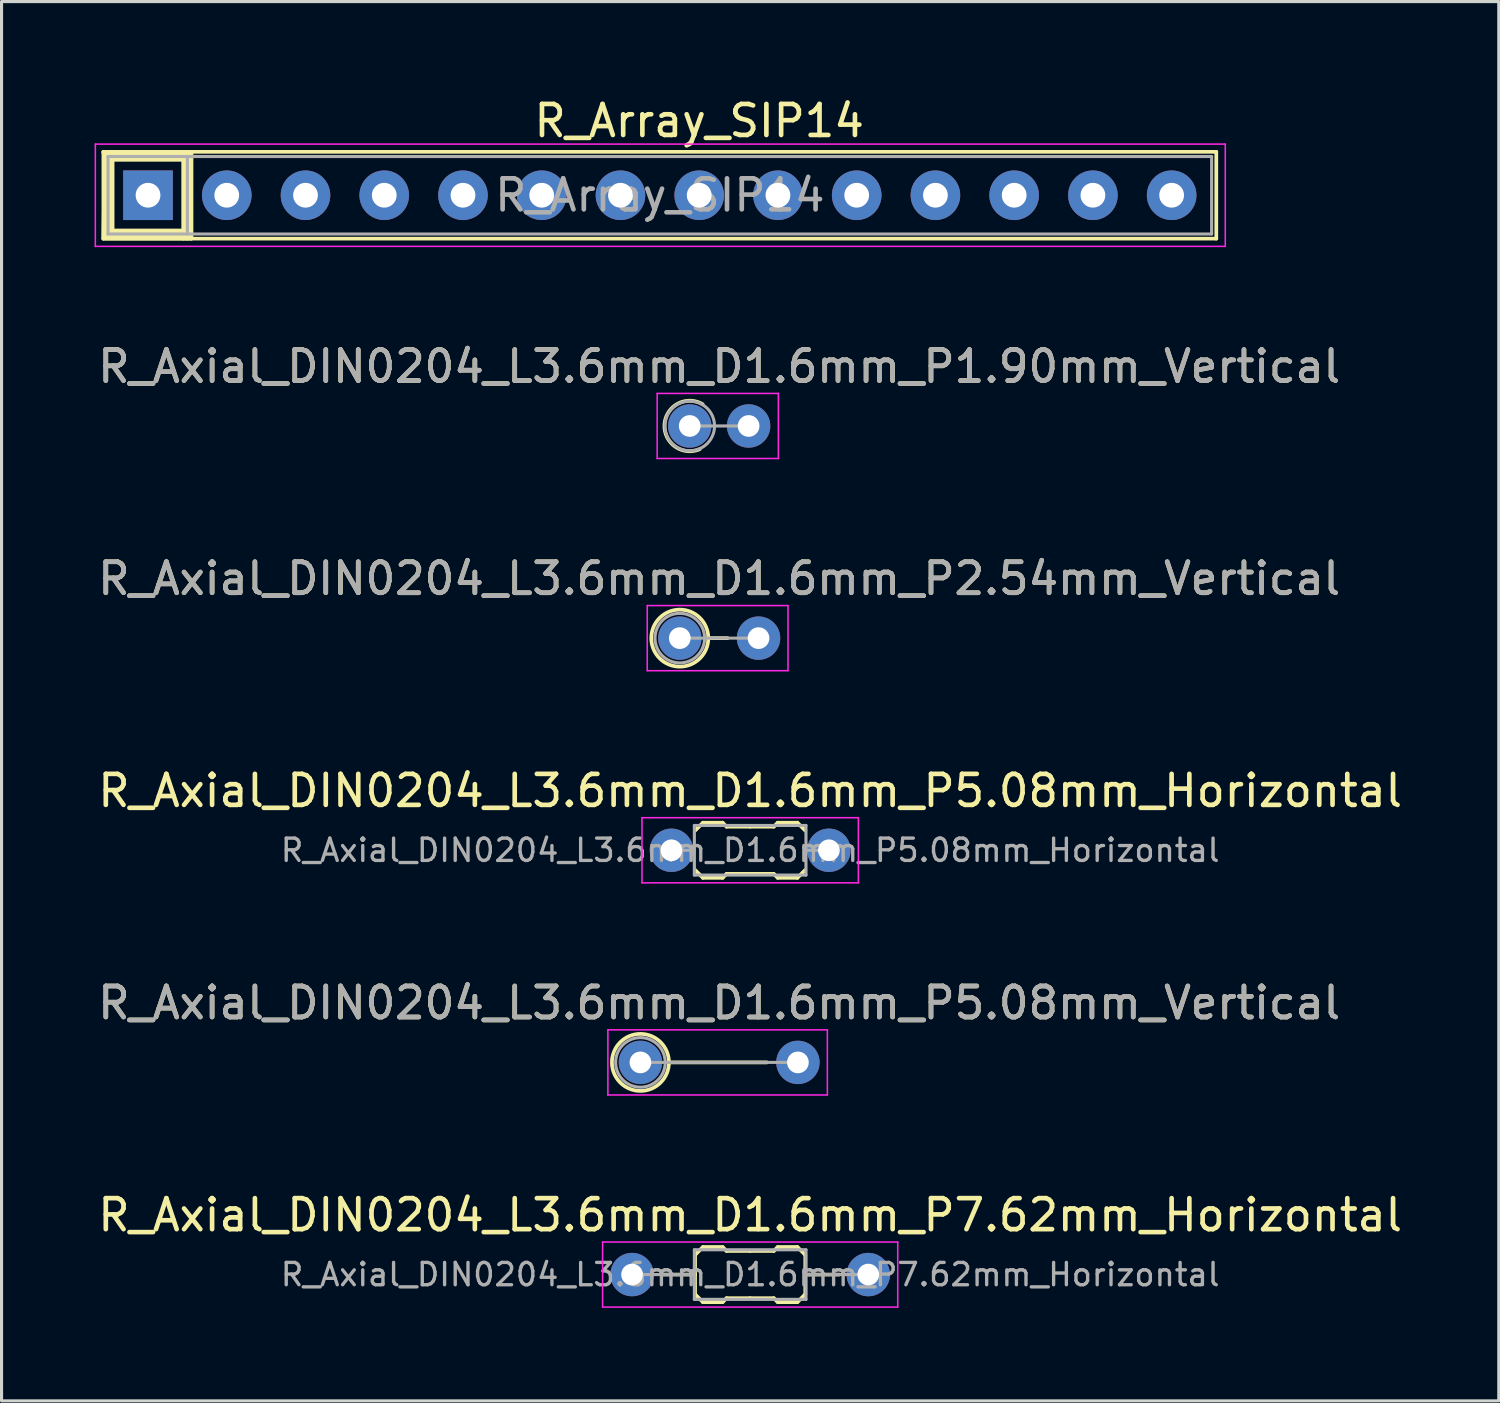
<source format=kicad_pcb>
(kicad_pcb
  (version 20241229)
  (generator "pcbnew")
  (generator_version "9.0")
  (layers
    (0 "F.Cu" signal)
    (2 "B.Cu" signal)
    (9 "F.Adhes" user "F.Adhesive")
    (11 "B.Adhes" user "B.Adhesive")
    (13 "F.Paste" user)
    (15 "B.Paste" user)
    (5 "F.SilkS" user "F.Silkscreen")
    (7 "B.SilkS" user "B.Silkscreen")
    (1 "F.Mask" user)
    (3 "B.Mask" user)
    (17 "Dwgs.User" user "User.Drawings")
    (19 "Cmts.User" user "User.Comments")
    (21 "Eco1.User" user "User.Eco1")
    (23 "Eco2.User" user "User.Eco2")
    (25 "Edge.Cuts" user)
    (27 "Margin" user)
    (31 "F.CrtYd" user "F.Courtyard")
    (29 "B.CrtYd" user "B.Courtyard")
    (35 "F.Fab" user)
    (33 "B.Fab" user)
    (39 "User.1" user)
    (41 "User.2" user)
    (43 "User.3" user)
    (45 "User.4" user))
  (footprint "R_Axial_DIN0204_L3.6mm_D1.6mm_P2.54mm_Vertical"
    (layer "F.Cu")
    (at 18.879 17.535)
    (property "Reference" "R_Axial_DIN0204_L3.6mm_D1.6mm_P2.54mm_Vertical" (at 1.27 -1.92 0) (layer "F.SilkS") (effects (font (size 1 1) (thickness 0.15))))
    (attr through_hole)
    (fp_line (start 0.92 0) (end 1.54 0) (stroke (width 0.12) (type solid)) (layer "F.SilkS"))
    (fp_circle (center 0 0) (end 0.92 0) (stroke (width 0.12) (type solid)) (fill no) (layer "F.SilkS"))
    (fp_line (start -1.05 -1.05) (end -1.05 1.05) (stroke (width 0.05) (type solid)) (layer "F.CrtYd"))
    (fp_line (start -1.05 1.05) (end 3.49 1.05) (stroke (width 0.05) (type solid)) (layer "F.CrtYd"))
    (fp_line (start 3.49 -1.05) (end -1.05 -1.05) (stroke (width 0.05) (type solid)) (layer "F.CrtYd"))
    (fp_line (start 3.49 1.05) (end 3.49 -1.05) (stroke (width 0.05) (type solid)) (layer "F.CrtYd"))
    (fp_line (start 0 0) (end 2.54 0) (stroke (width 0.1) (type solid)) (layer "F.Fab"))
    (fp_circle (center 0 0) (end 0.8 0) (stroke (width 0.1) (type solid)) (fill no) (layer "F.Fab"))
    (fp_text user "${REFERENCE}" (at 1.27 -1.92 0) (layer "F.Fab") (effects (font (size 1 1) (thickness 0.15))))
    (pad "1" thru_hole circle (at 0 0) (size 1.4 1.4) (drill 0.7) (layers "*.Cu" "*.Mask"))
    (pad "2" thru_hole oval (at 2.54 0) (size 1.4 1.4) (drill 0.7) (layers "*.Cu" "*.Mask")))
  (footprint "R_Array_SIP14"
    (layer "F.Cu")
    (at 1.725 3.248)
    (property "Reference" "R_Array_SIP14" (at 17.78 -2.4 0) (layer "F.SilkS") (effects (font (size 1 1) (thickness 0.15))))
    (attr through_hole)
    (fp_line (start -1.44 -1.4) (end -1.44 1.4) (stroke (width 0.12) (type solid)) (layer "F.SilkS"))
    (fp_line (start -1.44 1.4) (end 34.46 1.4) (stroke (width 0.12) (type solid)) (layer "F.SilkS"))
    (fp_line (start 1.143 -1.143) (end 1.143 1.143) (stroke (width 0.12) (type solid)) (layer "F.SilkS"))
    (fp_line (start 1.143 1.143) (end -1.143 1.143) (stroke (width 0.12) (type solid)) (layer "F.SilkS"))
    (fp_line (start 1.27 -1.4) (end 1.27 1.4) (stroke (width 0.12) (type solid)) (layer "F.SilkS"))
    (fp_line (start 1.397 -1.4) (end 1.397 1.4) (stroke (width 0.12) (type solid)) (layer "F.SilkS"))
    (fp_line (start 34.46 -1.4) (end -1.44 -1.4) (stroke (width 0.12) (type solid)) (layer "F.SilkS"))
    (fp_line (start 34.46 1.4) (end 34.46 -1.4) (stroke (width 0.12) (type solid)) (layer "F.SilkS"))
    (fp_poly (pts (xy -1.143 1.143) (xy 1.143 1.143) (xy 1.143 1.4) (xy -1.44 1.4) (xy -1.397 -1.143) (xy -1.143 -1.143)) (stroke (width 0.12) (type solid)) (fill yes) (layer "F.SilkS"))
    (fp_poly (pts (xy 1.397 1.4) (xy 1.143 1.4) (xy 1.143 -1.143) (xy -1.397 -1.143) (xy -1.44 -1.4) (xy 1.397 -1.4)) (stroke (width 0.12) (type solid)) (fill yes) (layer "F.SilkS"))
    (fp_line (start -1.7 -1.65) (end -1.7 1.65) (stroke (width 0.05) (type solid)) (layer "F.CrtYd"))
    (fp_line (start -1.7 1.65) (end 34.75 1.65) (stroke (width 0.05) (type solid)) (layer "F.CrtYd"))
    (fp_line (start 34.75 -1.65) (end -1.7 -1.65) (stroke (width 0.05) (type solid)) (layer "F.CrtYd"))
    (fp_line (start 34.75 1.65) (end 34.75 -1.65) (stroke (width 0.05) (type solid)) (layer "F.CrtYd"))
    (fp_line (start -1.29 -1.25) (end -1.29 1.25) (stroke (width 0.1) (type solid)) (layer "F.Fab"))
    (fp_line (start -1.29 1.25) (end 34.31 1.25) (stroke (width 0.1) (type solid)) (layer "F.Fab"))
    (fp_line (start 1.27 -1.25) (end 1.27 1.25) (stroke (width 0.1) (type solid)) (layer "F.Fab"))
    (fp_line (start 34.31 -1.25) (end -1.29 -1.25) (stroke (width 0.1) (type solid)) (layer "F.Fab"))
    (fp_line (start 34.31 1.25) (end 34.31 -1.25) (stroke (width 0.1) (type solid)) (layer "F.Fab"))
    (fp_text user "${REFERENCE}" (at 16.51 0 0) (layer "F.Fab") (effects (font (size 1 1) (thickness 0.15))))
    (pad "1" thru_hole rect (at 0 0) (size 1.6 1.6) (drill 0.8) (layers "*.Cu" "*.Mask"))
    (pad "2" thru_hole oval (at 2.54 0) (size 1.6 1.6) (drill 0.8) (layers "*.Cu" "*.Mask"))
    (pad "3" thru_hole oval (at 5.08 0) (size 1.6 1.6) (drill 0.8) (layers "*.Cu" "*.Mask"))
    (pad "4" thru_hole oval (at 7.62 0) (size 1.6 1.6) (drill 0.8) (layers "*.Cu" "*.Mask"))
    (pad "5" thru_hole oval (at 10.16 0) (size 1.6 1.6) (drill 0.8) (layers "*.Cu" "*.Mask"))
    (pad "6" thru_hole oval (at 12.7 0) (size 1.6 1.6) (drill 0.8) (layers "*.Cu" "*.Mask"))
    (pad "7" thru_hole oval (at 15.24 0) (size 1.6 1.6) (drill 0.8) (layers "*.Cu" "*.Mask"))
    (pad "8" thru_hole oval (at 17.78 0) (size 1.6 1.6) (drill 0.8) (layers "*.Cu" "*.Mask"))
    (pad "9" thru_hole oval (at 20.32 0) (size 1.6 1.6) (drill 0.8) (layers "*.Cu" "*.Mask"))
    (pad "10" thru_hole oval (at 22.86 0) (size 1.6 1.6) (drill 0.8) (layers "*.Cu" "*.Mask"))
    (pad "11" thru_hole oval (at 25.4 0) (size 1.6 1.6) (drill 0.8) (layers "*.Cu" "*.Mask"))
    (pad "12" thru_hole oval (at 27.94 0) (size 1.6 1.6) (drill 0.8) (layers "*.Cu" "*.Mask"))
    (pad "13" thru_hole oval (at 30.48 0) (size 1.6 1.6) (drill 0.8) (layers "*.Cu" "*.Mask"))
    (pad "14" thru_hole oval (at 33.02 0) (size 1.6 1.6) (drill 0.8) (layers "*.Cu" "*.Mask")))
  (footprint "R_Axial_DIN0204_L3.6mm_D1.6mm_P5.08mm_Vertical"
    (layer "F.Cu")
    (at 17.609 31.221)
    (property "Reference" "R_Axial_DIN0204_L3.6mm_D1.6mm_P5.08mm_Vertical" (at 2.54 -1.92 0) (layer "F.SilkS") (effects (font (size 1 1) (thickness 0.15))))
    (attr through_hole)
    (fp_line (start 0.92 0) (end 4.08 0) (stroke (width 0.12) (type solid)) (layer "F.SilkS"))
    (fp_circle (center 0 0) (end 0.92 0) (stroke (width 0.12) (type solid)) (fill no) (layer "F.SilkS"))
    (fp_line (start -1.05 -1.05) (end -1.05 1.05) (stroke (width 0.05) (type solid)) (layer "F.CrtYd"))
    (fp_line (start -1.05 1.05) (end 6.03 1.05) (stroke (width 0.05) (type solid)) (layer "F.CrtYd"))
    (fp_line (start 6.03 -1.05) (end -1.05 -1.05) (stroke (width 0.05) (type solid)) (layer "F.CrtYd"))
    (fp_line (start 6.03 1.05) (end 6.03 -1.05) (stroke (width 0.05) (type solid)) (layer "F.CrtYd"))
    (fp_line (start 0 0) (end 5.08 0) (stroke (width 0.1) (type solid)) (layer "F.Fab"))
    (fp_circle (center 0 0) (end 0.8 0) (stroke (width 0.1) (type solid)) (fill no) (layer "F.Fab"))
    (fp_text user "${REFERENCE}" (at 2.54 -1.92 0) (layer "F.Fab") (effects (font (size 1 1) (thickness 0.15))))
    (pad "1" thru_hole circle (at 0 0) (size 1.4 1.4) (drill 0.7) (layers "*.Cu" "*.Mask"))
    (pad "2" thru_hole oval (at 5.08 0) (size 1.4 1.4) (drill 0.7) (layers "*.Cu" "*.Mask")))
  (footprint "R_Axial_DIN0204_L3.6mm_D1.6mm_P7.62mm_Horizontal"
    (layer "F.Cu")
    (at 17.339 38.065)
    (property "Reference" "R_Axial_DIN0204_L3.6mm_D1.6mm_P7.62mm_Horizontal" (at 3.81 -1.92 0) (layer "F.SilkS") (effects (font (size 1 1) (thickness 0.15))))
    (attr through_hole)
    (fp_line (start 0.94 0) (end 1.89 0) (stroke (width 0.12) (type solid)) (layer "F.SilkS"))
    (fp_line (start 1.89 0) (end 2.032 0) (stroke (width 0.12) (type solid)) (layer "F.SilkS"))
    (fp_line (start 2.032 -0.635) (end 2.286 -0.889) (stroke (width 0.12) (type solid)) (layer "F.SilkS"))
    (fp_line (start 2.032 0.635) (end 2.032 -0.635) (stroke (width 0.12) (type solid)) (layer "F.SilkS"))
    (fp_line (start 2.032 0.635) (end 2.286 0.889) (stroke (width 0.12) (type solid)) (layer "F.SilkS"))
    (fp_line (start 2.286 -0.889) (end 2.921 -0.889) (stroke (width 0.12) (type solid)) (layer "F.SilkS"))
    (fp_line (start 2.286 0.889) (end 2.921 0.889) (stroke (width 0.12) (type solid)) (layer "F.SilkS"))
    (fp_line (start 2.921 -0.889) (end 3.048 -0.762) (stroke (width 0.12) (type solid)) (layer "F.SilkS"))
    (fp_line (start 2.921 0.889) (end 3.048 0.762) (stroke (width 0.12) (type solid)) (layer "F.SilkS"))
    (fp_line (start 3.048 -0.762) (end 3.81 -0.762) (stroke (width 0.12) (type solid)) (layer "F.SilkS"))
    (fp_line (start 3.048 0.762) (end 3.81 0.762) (stroke (width 0.12) (type solid)) (layer "F.SilkS"))
    (fp_line (start 4.572 -0.762) (end 3.81 -0.762) (stroke (width 0.12) (type solid)) (layer "F.SilkS"))
    (fp_line (start 4.572 0.762) (end 3.81 0.762) (stroke (width 0.12) (type solid)) (layer "F.SilkS"))
    (fp_line (start 4.699 -0.889) (end 4.572 -0.762) (stroke (width 0.12) (type solid)) (layer "F.SilkS"))
    (fp_line (start 4.699 0.889) (end 4.572 0.762) (stroke (width 0.12) (type solid)) (layer "F.SilkS"))
    (fp_line (start 5.334 -0.889) (end 4.699 -0.889) (stroke (width 0.12) (type solid)) (layer "F.SilkS"))
    (fp_line (start 5.334 0.889) (end 4.699 0.889) (stroke (width 0.12) (type solid)) (layer "F.SilkS"))
    (fp_line (start 5.588 -0.635) (end 5.334 -0.889) (stroke (width 0.12) (type solid)) (layer "F.SilkS"))
    (fp_line (start 5.588 -0.635) (end 5.588 0.635) (stroke (width 0.12) (type solid)) (layer "F.SilkS"))
    (fp_line (start 5.588 0.635) (end 5.334 0.889) (stroke (width 0.12) (type solid)) (layer "F.SilkS"))
    (fp_line (start 5.715 0) (end 5.588 0) (stroke (width 0.12) (type solid)) (layer "F.SilkS"))
    (fp_line (start 6.68 0) (end 5.73 0) (stroke (width 0.12) (type solid)) (layer "F.SilkS"))
    (fp_line (start -0.95 -1.05) (end -0.95 1.05) (stroke (width 0.05) (type solid)) (layer "F.CrtYd"))
    (fp_line (start -0.95 1.05) (end 8.57 1.05) (stroke (width 0.05) (type solid)) (layer "F.CrtYd"))
    (fp_line (start 8.57 -1.05) (end -0.95 -1.05) (stroke (width 0.05) (type solid)) (layer "F.CrtYd"))
    (fp_line (start 8.57 1.05) (end 8.57 -1.05) (stroke (width 0.05) (type solid)) (layer "F.CrtYd"))
    (fp_line (start 0 0) (end 2.01 0) (stroke (width 0.1) (type solid)) (layer "F.Fab"))
    (fp_line (start 2.01 -0.8) (end 2.01 0.8) (stroke (width 0.1) (type solid)) (layer "F.Fab"))
    (fp_line (start 2.01 0.8) (end 5.61 0.8) (stroke (width 0.1) (type solid)) (layer "F.Fab"))
    (fp_line (start 5.61 -0.8) (end 2.01 -0.8) (stroke (width 0.1) (type solid)) (layer "F.Fab"))
    (fp_line (start 5.61 0.8) (end 5.61 -0.8) (stroke (width 0.1) (type solid)) (layer "F.Fab"))
    (fp_line (start 7.62 0) (end 5.61 0) (stroke (width 0.1) (type solid)) (layer "F.Fab"))
    (fp_text user "${REFERENCE}" (at 3.81 0 0) (layer "F.Fab") (effects (font (size 0.72 0.72) (thickness 0.108))))
    (pad "1" thru_hole circle (at 0 0) (size 1.4 1.4) (drill 0.7) (layers "*.Cu" "*.Mask"))
    (pad "2" thru_hole oval (at 7.62 0) (size 1.4 1.4) (drill 0.7) (layers "*.Cu" "*.Mask")))
  (footprint "R_Axial_DIN0204_L3.6mm_D1.6mm_P5.08mm_Horizontal"
    (layer "F.Cu")
    (at 18.609 24.378)
    (property "Reference" "R_Axial_DIN0204_L3.6mm_D1.6mm_P5.08mm_Horizontal" (at 2.54 -1.92 0) (layer "F.SilkS") (effects (font (size 1 1) (thickness 0.15))))
    (attr through_hole)
    (fp_line (start 0.762 -0.635) (end 1.016 -0.889) (stroke (width 0.12) (type solid)) (layer "F.SilkS"))
    (fp_line (start 0.762 0.635) (end 1.016 0.889) (stroke (width 0.12) (type solid)) (layer "F.SilkS"))
    (fp_line (start 1.016 -0.889) (end 1.651 -0.889) (stroke (width 0.12) (type solid)) (layer "F.SilkS"))
    (fp_line (start 1.016 0.889) (end 1.651 0.889) (stroke (width 0.12) (type solid)) (layer "F.SilkS"))
    (fp_line (start 1.651 -0.889) (end 1.778 -0.762) (stroke (width 0.12) (type solid)) (layer "F.SilkS"))
    (fp_line (start 1.651 0.889) (end 1.778 0.762) (stroke (width 0.12) (type solid)) (layer "F.SilkS"))
    (fp_line (start 1.778 -0.762) (end 2.54 -0.762) (stroke (width 0.12) (type solid)) (layer "F.SilkS"))
    (fp_line (start 1.778 0.762) (end 2.54 0.762) (stroke (width 0.12) (type solid)) (layer "F.SilkS"))
    (fp_line (start 3.302 -0.762) (end 2.54 -0.762) (stroke (width 0.12) (type solid)) (layer "F.SilkS"))
    (fp_line (start 3.302 0.762) (end 2.54 0.762) (stroke (width 0.12) (type solid)) (layer "F.SilkS"))
    (fp_line (start 3.429 -0.889) (end 3.302 -0.762) (stroke (width 0.12) (type solid)) (layer "F.SilkS"))
    (fp_line (start 3.429 0.889) (end 3.302 0.762) (stroke (width 0.12) (type solid)) (layer "F.SilkS"))
    (fp_line (start 4.064 -0.889) (end 3.429 -0.889) (stroke (width 0.12) (type solid)) (layer "F.SilkS"))
    (fp_line (start 4.064 0.889) (end 3.429 0.889) (stroke (width 0.12) (type solid)) (layer "F.SilkS"))
    (fp_line (start 4.318 -0.635) (end 4.064 -0.889) (stroke (width 0.12) (type solid)) (layer "F.SilkS"))
    (fp_line (start 4.318 0.635) (end 4.064 0.889) (stroke (width 0.12) (type solid)) (layer "F.SilkS"))
    (fp_line (start -0.95 -1.05) (end -0.95 1.05) (stroke (width 0.05) (type solid)) (layer "F.CrtYd"))
    (fp_line (start -0.95 1.05) (end 6.03 1.05) (stroke (width 0.05) (type solid)) (layer "F.CrtYd"))
    (fp_line (start 6.03 -1.05) (end -0.95 -1.05) (stroke (width 0.05) (type solid)) (layer "F.CrtYd"))
    (fp_line (start 6.03 1.05) (end 6.03 -1.05) (stroke (width 0.05) (type solid)) (layer "F.CrtYd"))
    (fp_line (start 0 0) (end 0.74 0) (stroke (width 0.1) (type solid)) (layer "F.Fab"))
    (fp_line (start 0.74 -0.8) (end 0.74 0.8) (stroke (width 0.1) (type solid)) (layer "F.Fab"))
    (fp_line (start 0.74 0.8) (end 4.34 0.8) (stroke (width 0.1) (type solid)) (layer "F.Fab"))
    (fp_line (start 4.34 -0.8) (end 0.74 -0.8) (stroke (width 0.1) (type solid)) (layer "F.Fab"))
    (fp_line (start 4.34 0.8) (end 4.34 -0.8) (stroke (width 0.1) (type solid)) (layer "F.Fab"))
    (fp_line (start 5.08 0) (end 4.34 0) (stroke (width 0.1) (type solid)) (layer "F.Fab"))
    (fp_text user "${REFERENCE}" (at 2.54 0 0) (layer "F.Fab") (effects (font (size 0.72 0.72) (thickness 0.108))))
    (pad "1" thru_hole circle (at 0 0) (size 1.4 1.4) (drill 0.7) (layers "*.Cu" "*.Mask"))
    (pad "2" thru_hole oval (at 5.08 0) (size 1.4 1.4) (drill 0.7) (layers "*.Cu" "*.Mask")))
  (footprint "R_Axial_DIN0204_L3.6mm_D1.6mm_P1.90mm_Vertical"
    (layer "F.Cu")
    (at 19.199 10.691)
    (property "Reference" "R_Axial_DIN0204_L3.6mm_D1.6mm_P1.90mm_Vertical" (at 0.95 -1.92 0) (layer "F.SilkS") (effects (font (size 1 1) (thickness 0.15))))
    (attr through_hole)
    (fp_arc (start 0.320095 0.749359) (mid -0.813042 -0.054435) (end 0.417133 -0.7) (stroke (width 0.12) (type solid)) (layer "F.SilkS"))
    (fp_line (start -1.05 -1.05) (end -1.05 1.05) (stroke (width 0.05) (type solid)) (layer "F.CrtYd"))
    (fp_line (start -1.05 1.05) (end 2.86 1.05) (stroke (width 0.05) (type solid)) (layer "F.CrtYd"))
    (fp_line (start 2.86 -1.05) (end -1.05 -1.05) (stroke (width 0.05) (type solid)) (layer "F.CrtYd"))
    (fp_line (start 2.86 1.05) (end 2.86 -1.05) (stroke (width 0.05) (type solid)) (layer "F.CrtYd"))
    (fp_line (start 0 0) (end 1.9 0) (stroke (width 0.1) (type solid)) (layer "F.Fab"))
    (fp_circle (center 0 0) (end 0.8 0) (stroke (width 0.1) (type solid)) (fill no) (layer "F.Fab"))
    (fp_text user "${REFERENCE}" (at 0.95 -1.92 0) (layer "F.Fab") (effects (font (size 1 1) (thickness 0.15))))
    (pad "1" thru_hole circle (at 0 0) (size 1.4 1.4) (drill 0.7) (layers "*.Cu" "*.Mask"))
    (pad "2" thru_hole oval (at 1.9 0) (size 1.4 1.4) (drill 0.7) (layers "*.Cu" "*.Mask")))
  (gr_rect
    (start -3 -3)
    (end 45.298 42.139)
    (stroke (width 0.1) (type default))
    (fill no)
    (layer "Edge.Cuts")))
</source>
